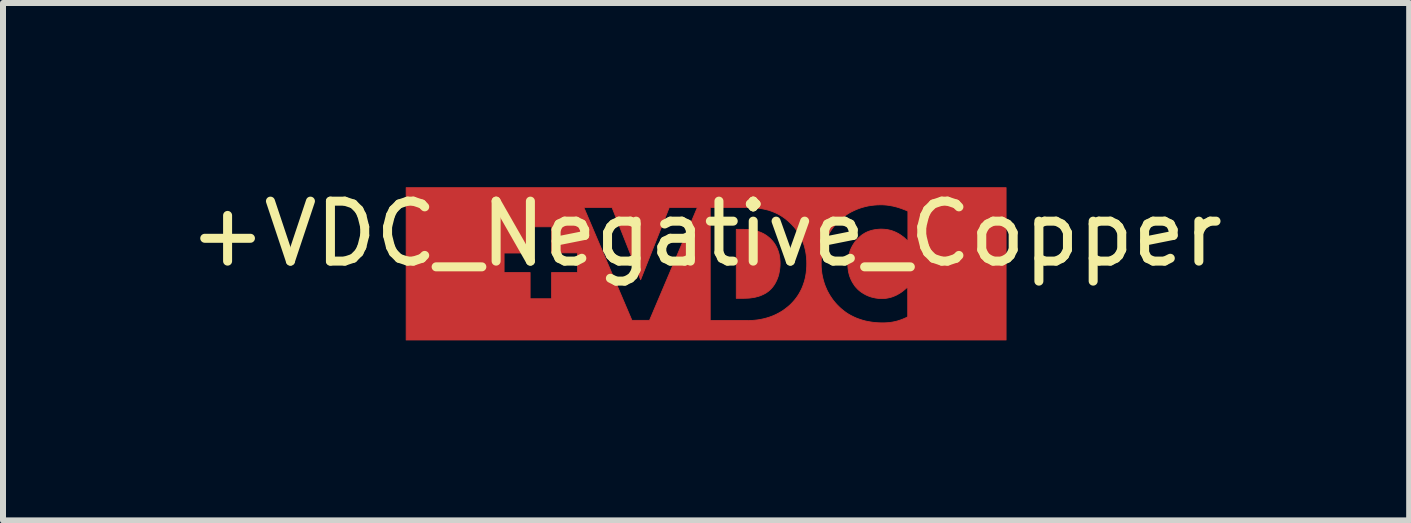
<source format=kicad_pcb>
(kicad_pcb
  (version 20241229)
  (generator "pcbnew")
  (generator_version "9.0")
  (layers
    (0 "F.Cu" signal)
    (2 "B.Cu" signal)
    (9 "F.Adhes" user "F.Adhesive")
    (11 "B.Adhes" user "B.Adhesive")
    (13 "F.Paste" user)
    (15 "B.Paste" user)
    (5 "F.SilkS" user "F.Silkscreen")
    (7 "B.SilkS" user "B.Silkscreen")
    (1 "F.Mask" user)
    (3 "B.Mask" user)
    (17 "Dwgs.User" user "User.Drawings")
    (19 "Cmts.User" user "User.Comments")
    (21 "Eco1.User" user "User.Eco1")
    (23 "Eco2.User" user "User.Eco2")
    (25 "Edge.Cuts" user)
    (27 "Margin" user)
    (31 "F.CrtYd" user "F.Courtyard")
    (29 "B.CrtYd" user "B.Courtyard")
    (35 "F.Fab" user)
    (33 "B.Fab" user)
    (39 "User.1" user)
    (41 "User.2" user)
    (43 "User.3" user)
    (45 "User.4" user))
  (footprint "+VDC_Negative_Copper"
    (layer "F.Cu")
    (at 8.72 1.348)
    (property "Reference" "+VDC_Negative_Copper" (at 0 -0.5 0) (unlocked yes) (layer "F.SilkS") (effects (font (size 1 1) (thickness 0.15))))
    (fp_poly (pts (xy 0.672 -0.574) (xy 0.7 -0.572) (xy 0.728 -0.57) (xy 0.757 -0.566) (xy 0.787 -0.561) (xy 0.816 -0.555) (xy 0.846 -0.547) (xy 0.877 -0.537) (xy 0.907 -0.526) (xy 0.936 -0.513) (xy 0.966 -0.498) (xy 0.995 -0.48) (xy 1.024 -0.46) (xy 1.051 -0.438) (xy 1.065 -0.426) (xy 1.078 -0.413) (xy 1.092 -0.398) (xy 1.106 -0.383) (xy 1.12 -0.366) (xy 1.134 -0.347) (xy 1.147 -0.328) (xy 1.16 -0.307) (xy 1.172 -0.284) (xy 1.184 -0.26) (xy 1.194 -0.235) (xy 1.204 -0.207) (xy 1.213 -0.178) (xy 1.22 -0.148) (xy 1.226 -0.115) (xy 1.23 -0.081) (xy 1.233 -0.045) (xy 1.234 -0.007) (xy 1.233 0.031) (xy 1.23 0.069) (xy 1.225 0.105) (xy 1.219 0.14) (xy 1.212 0.174) (xy 1.203 0.206) (xy 1.192 0.237) (xy 1.18 0.267) (xy 1.167 0.295) (xy 1.153 0.322) (xy 1.138 0.347) (xy 1.122 0.37) (xy 1.105 0.392) (xy 1.087 0.413) (xy 1.069 0.431) (xy 1.05 0.448) (xy 1.037 0.459) (xy 1.023 0.469) (xy 1.009 0.479) (xy 0.995 0.488) (xy 0.98 0.496) (xy 0.966 0.504) (xy 0.936 0.518) (xy 0.906 0.531) (xy 0.876 0.541) (xy 0.846 0.549) (xy 0.816 0.557) (xy 0.787 0.562) (xy 0.759 0.566) (xy 0.732 0.57) (xy 0.706 0.572) (xy 0.659 0.574) (xy 0.62 0.575) (xy 0.503 0.575) (xy 0.503 -0.575) (xy 0.62 -0.575)) (stroke (width 0.013) (type solid)) (fill yes) (layer "F.Cu"))
    (fp_poly (pts (xy 5.001 1.27) (xy -5 1.27) (xy -5 0.945) (xy 0.069 0.945) (xy 0.68 0.945) (xy 0.745 0.944) (xy 0.783 0.942) (xy 0.824 0.938) (xy 0.868 0.933) (xy 0.914 0.925) (xy 0.961 0.915) (xy 1.01 0.902) (xy 1.061 0.886) (xy 1.112 0.867) (xy 1.164 0.844) (xy 1.216 0.817) (xy 1.269 0.786) (xy 1.32 0.75) (xy 1.371 0.709) (xy 1.396 0.687) (xy 1.421 0.663) (xy 1.449 0.633) (xy 1.476 0.602) (xy 1.502 0.569) (xy 1.526 0.535) (xy 1.549 0.499) (xy 1.57 0.461) (xy 1.59 0.422) (xy 1.608 0.381) (xy 1.623 0.339) (xy 1.638 0.295) (xy 1.65 0.25) (xy 1.66 0.202) (xy 1.668 0.153) (xy 1.673 0.103) (xy 1.677 0.051) (xy 1.678 -0.004) (xy 1.918 -0.004) (xy 1.919 0.052) (xy 1.924 0.107) (xy 1.93 0.16) (xy 1.94 0.212) (xy 1.952 0.262) (xy 1.966 0.311) (xy 1.982 0.358) (xy 2.001 0.404) (xy 2.021 0.449) (xy 2.044 0.491) (xy 2.068 0.532) (xy 2.094 0.571) (xy 2.121 0.609) (xy 2.15 0.644) (xy 2.18 0.678) (xy 2.211 0.709) (xy 2.241 0.738) (xy 2.273 0.765) (xy 2.307 0.792) (xy 2.343 0.818) (xy 2.381 0.842) (xy 2.421 0.864) (xy 2.463 0.885) (xy 2.508 0.905) (xy 2.555 0.922) (xy 2.604 0.938) (xy 2.655 0.952) (xy 2.709 0.963) (xy 2.765 0.972) (xy 2.824 0.979) (xy 2.885 0.983) (xy 2.948 0.984) (xy 2.992 0.983) (xy 3.037 0.98) (xy 3.061 0.978) (xy 3.086 0.974) (xy 3.111 0.97) (xy 3.136 0.965) (xy 3.163 0.959) (xy 3.19 0.952) (xy 3.217 0.943) (xy 3.245 0.934) (xy 3.274 0.923) (xy 3.303 0.911) (xy 3.334 0.897) (xy 3.357 0.885) (xy 3.361 0.885) (xy 3.364 0.882) (xy 3.361 0.884) (xy 3.361 0.885) (xy 3.357 0.885) (xy 3.361 0.884) (xy 3.361 0.385) (xy 3.33 0.413) (xy 3.299 0.439) (xy 3.269 0.463) (xy 3.24 0.483) (xy 3.21 0.501) (xy 3.182 0.517) (xy 3.153 0.531) (xy 3.126 0.542) (xy 3.099 0.552) (xy 3.073 0.56) (xy 3.047 0.566) (xy 3.022 0.571) (xy 2.998 0.575) (xy 2.975 0.577) (xy 2.952 0.578) (xy 2.93 0.579) (xy 2.909 0.578) (xy 2.889 0.577) (xy 2.868 0.576) (xy 2.849 0.573) (xy 2.83 0.571) (xy 2.811 0.567) (xy 2.793 0.563) (xy 2.776 0.559) (xy 2.759 0.555) (xy 2.743 0.55) (xy 2.727 0.544) (xy 2.712 0.539) (xy 2.697 0.533) (xy 2.683 0.527) (xy 2.669 0.52) (xy 2.656 0.514) (xy 2.632 0.5) (xy 2.61 0.487) (xy 2.59 0.474) (xy 2.572 0.461) (xy 2.557 0.449) (xy 2.544 0.438) (xy 2.533 0.428) (xy 2.525 0.42) (xy 2.509 0.403) (xy 2.493 0.386) (xy 2.478 0.367) (xy 2.464 0.346) (xy 2.45 0.325) (xy 2.436 0.302) (xy 2.424 0.278) (xy 2.412 0.253) (xy 2.401 0.226) (xy 2.391 0.198) (xy 2.383 0.169) (xy 2.376 0.139) (xy 2.37 0.107) (xy 2.366 0.074) (xy 2.363 0.039) (xy 2.362 0.004) (xy 2.363 -0.03) (xy 2.366 -0.063) (xy 2.37 -0.095) (xy 2.375 -0.126) (xy 2.382 -0.156) (xy 2.39 -0.186) (xy 2.4 -0.215) (xy 2.411 -0.243) (xy 2.423 -0.27) (xy 2.437 -0.296) (xy 2.451 -0.321) (xy 2.467 -0.345) (xy 2.483 -0.368) (xy 2.501 -0.39) (xy 2.519 -0.411) (xy 2.539 -0.43) (xy 2.558 -0.448) (xy 2.577 -0.465) (xy 2.597 -0.481) (xy 2.618 -0.495) (xy 2.64 -0.509) (xy 2.662 -0.521) (xy 2.685 -0.532) (xy 2.709 -0.542) (xy 2.733 -0.55) (xy 2.758 -0.558) (xy 2.784 -0.564) (xy 2.81 -0.569) (xy 2.837 -0.573) (xy 2.865 -0.576) (xy 2.894 -0.578) (xy 2.923 -0.579) (xy 2.942 -0.578) (xy 2.96 -0.577) (xy 2.978 -0.576) (xy 2.996 -0.574) (xy 3.014 -0.572) (xy 3.031 -0.569) (xy 3.047 -0.565) (xy 3.064 -0.562) (xy 3.08 -0.557) (xy 3.096 -0.553) (xy 3.126 -0.542) (xy 3.155 -0.53) (xy 3.184 -0.516) (xy 3.21 -0.502) (xy 3.236 -0.486) (xy 3.26 -0.469) (xy 3.284 -0.452) (xy 3.306 -0.434) (xy 3.326 -0.415) (xy 3.346 -0.397) (xy 3.364 -0.377) (xy 3.364 -0.878) (xy 3.33 -0.893) (xy 3.297 -0.906) (xy 3.265 -0.918) (xy 3.234 -0.929) (xy 3.203 -0.939) (xy 3.173 -0.948) (xy 3.144 -0.955) (xy 3.116 -0.962) (xy 3.088 -0.967) (xy 3.062 -0.972) (xy 3.035 -0.976) (xy 3.01 -0.979) (xy 2.985 -0.981) (xy 2.96 -0.983) (xy 2.936 -0.984) (xy 2.913 -0.984) (xy 2.858 -0.983) (xy 2.805 -0.979) (xy 2.753 -0.973) (xy 2.703 -0.965) (xy 2.654 -0.954) (xy 2.606 -0.941) (xy 2.559 -0.926) (xy 2.514 -0.909) (xy 2.471 -0.89) (xy 2.429 -0.87) (xy 2.388 -0.848) (xy 2.349 -0.824) (xy 2.312 -0.798) (xy 2.277 -0.771) (xy 2.243 -0.742) (xy 2.211 -0.713) (xy 2.18 -0.681) (xy 2.15 -0.647) (xy 2.121 -0.611) (xy 2.094 -0.574) (xy 2.068 -0.535) (xy 2.044 -0.494) (xy 2.021 -0.452) (xy 2.001 -0.408) (xy 1.982 -0.363) (xy 1.966 -0.316) (xy 1.952 -0.267) (xy 1.94 -0.218) (xy 1.93 -0.166) (xy 1.924 -0.113) (xy 1.919 -0.059) (xy 1.918 -0.004) (xy 1.678 -0.004) (xy 1.677 -0.058) (xy 1.673 -0.11) (xy 1.667 -0.161) (xy 1.659 -0.21) (xy 1.648 -0.257) (xy 1.636 -0.303) (xy 1.621 -0.347) (xy 1.604 -0.389) (xy 1.586 -0.43) (xy 1.565 -0.47) (xy 1.543 -0.508) (xy 1.519 -0.545) (xy 1.493 -0.58) (xy 1.466 -0.614) (xy 1.437 -0.646) (xy 1.406 -0.677) (xy 1.363 -0.717) (xy 1.319 -0.753) (xy 1.274 -0.785) (xy 1.229 -0.813) (xy 1.183 -0.838) (xy 1.136 -0.859) (xy 1.09 -0.877) (xy 1.043 -0.893) (xy 0.995 -0.905) (xy 0.948 -0.915) (xy 0.901 -0.923) (xy 0.853 -0.929) (xy 0.806 -0.934) (xy 0.759 -0.936) (xy 0.712 -0.938) (xy 0.666 -0.938) (xy 0.069 -0.938) (xy 0.069 0.945) (xy -5 0.945) (xy -5 0.145) (xy -3.367 0.145) (xy -2.933 0.145) (xy -2.933 0.582) (xy -2.576 0.582) (xy -2.576 0.145) (xy -2.143 0.145) (xy -2.143 -0.183) (xy -2.576 -0.183) (xy -2.576 -0.617) (xy -2.933 -0.617) (xy -2.933 -0.18) (xy -3.367 -0.18) (xy -3.367 0.145) (xy -5 0.145) (xy -5 -0.18) (xy -3.367 -0.18) (xy -3.367 -0.183) (xy -3.367 -0.18) (xy -5 -0.18) (xy -5 -0.938) (xy -2.037 -0.938) (xy -1.236 0.942) (xy -0.943 0.942) (xy -0.146 -0.938) (xy -0.615 -0.938) (xy -1.091 0.265) (xy -1.567 -0.938) (xy -2.037 -0.938) (xy -5 -0.938) (xy -5 -1.27) (xy 5.001 -1.27)) (stroke (width 0.013) (type solid)) (fill yes) (layer "F.Cu")))
  (gr_rect
    (start -3 -3)
    (end 20.44 5.625)
    (stroke (width 0.1) (type default))
    (fill no)
    (layer "Edge.Cuts")))
</source>
